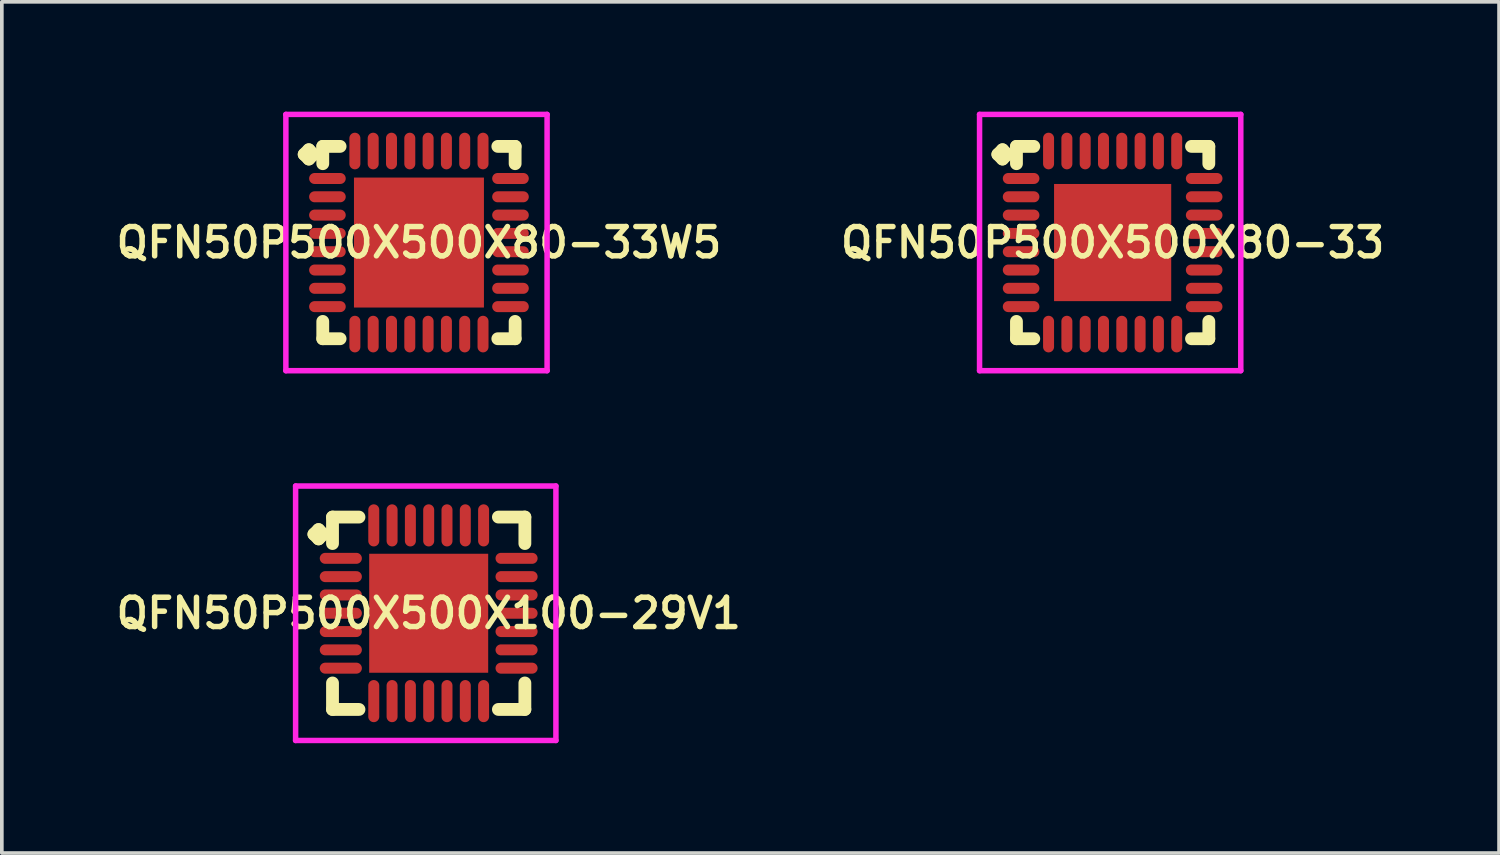
<source format=kicad_pcb>
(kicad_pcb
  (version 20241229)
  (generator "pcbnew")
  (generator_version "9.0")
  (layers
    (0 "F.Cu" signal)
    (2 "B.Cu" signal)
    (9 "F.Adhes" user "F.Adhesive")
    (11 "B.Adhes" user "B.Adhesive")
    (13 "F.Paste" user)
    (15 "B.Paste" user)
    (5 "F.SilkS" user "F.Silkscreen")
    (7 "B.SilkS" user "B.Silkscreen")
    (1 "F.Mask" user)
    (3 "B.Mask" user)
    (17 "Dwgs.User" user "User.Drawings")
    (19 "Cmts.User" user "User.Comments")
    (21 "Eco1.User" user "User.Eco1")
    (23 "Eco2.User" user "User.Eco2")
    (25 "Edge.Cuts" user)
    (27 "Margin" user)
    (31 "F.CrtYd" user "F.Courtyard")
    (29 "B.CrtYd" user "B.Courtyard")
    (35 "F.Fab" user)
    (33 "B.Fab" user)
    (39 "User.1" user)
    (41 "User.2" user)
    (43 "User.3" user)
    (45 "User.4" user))
  (footprint "QFN50P500X500X80-33W5"
    (layer "F.Cu")
    (at 8.393 3.575)
    (property "Reference" "QFN50P500X500X80-33W5" (at 0 0 0) (layer "F.SilkS") (effects (font (size 0.8 0.8) (thickness 0.15))))
    (attr smd)
    (fp_line (start -3.135 -2.408) (end -3.008 -2.535) (stroke (width 0.35) (type solid)) (layer "F.SilkS"))
    (fp_line (start -3.008 -2.535) (end -2.881 -2.408) (stroke (width 0.35) (type solid)) (layer "F.SilkS"))
    (fp_line (start -3.008 -2.281) (end -3.135 -2.408) (stroke (width 0.35) (type solid)) (layer "F.SilkS"))
    (fp_line (start -2.881 -2.408) (end -3.008 -2.281) (stroke (width 0.35) (type solid)) (layer "F.SilkS"))
    (fp_line (start -2.627 -2.627) (end -2.154 -2.627) (stroke (width 0.35) (type solid)) (layer "F.SilkS"))
    (fp_line (start -2.627 -2.154) (end -2.627 -2.627) (stroke (width 0.35) (type solid)) (layer "F.SilkS"))
    (fp_line (start -2.627 2.154) (end -2.627 2.627) (stroke (width 0.35) (type solid)) (layer "F.SilkS"))
    (fp_line (start -2.627 2.627) (end -2.154 2.627) (stroke (width 0.35) (type solid)) (layer "F.SilkS"))
    (fp_line (start 2.154 -2.627) (end 2.627 -2.627) (stroke (width 0.35) (type solid)) (layer "F.SilkS"))
    (fp_line (start 2.154 2.627) (end 2.627 2.627) (stroke (width 0.35) (type solid)) (layer "F.SilkS"))
    (fp_line (start 2.627 -2.627) (end 2.627 -2.154) (stroke (width 0.35) (type solid)) (layer "F.SilkS"))
    (fp_line (start 2.627 2.627) (end 2.627 2.154) (stroke (width 0.35) (type solid)) (layer "F.SilkS"))
    (fp_line (start -3.635 -3.5) (end 3.5 -3.5) (stroke (width 0.15) (type solid)) (layer "F.CrtYd"))
    (fp_line (start -3.635 3.5) (end -3.635 -3.5) (stroke (width 0.15) (type solid)) (layer "F.CrtYd"))
    (fp_line (start 3.5 -3.5) (end 3.5 3.5) (stroke (width 0.15) (type solid)) (layer "F.CrtYd"))
    (fp_line (start 3.5 3.5) (end -3.635 3.5) (stroke (width 0.15) (type solid)) (layer "F.CrtYd"))
    (pad "1" smd oval (at -2.5 -1.75) (size 1 0.3) (layers "F.Cu" "F.Mask" "F.Paste"))
    (pad "2" smd oval (at -2.5 -1.25) (size 1 0.3) (layers "F.Cu" "F.Mask" "F.Paste"))
    (pad "3" smd oval (at -2.5 -0.75) (size 1 0.3) (layers "F.Cu" "F.Mask" "F.Paste"))
    (pad "4" smd oval (at -2.5 -0.25) (size 1 0.3) (layers "F.Cu" "F.Mask" "F.Paste"))
    (pad "5" smd oval (at -2.5 0.25) (size 1 0.3) (layers "F.Cu" "F.Mask" "F.Paste"))
    (pad "6" smd oval (at -2.5 0.75) (size 1 0.3) (layers "F.Cu" "F.Mask" "F.Paste"))
    (pad "7" smd oval (at -2.5 1.25) (size 1 0.3) (layers "F.Cu" "F.Mask" "F.Paste"))
    (pad "8" smd oval (at -2.5 1.75) (size 1 0.3) (layers "F.Cu" "F.Mask" "F.Paste"))
    (pad "9" smd oval (at -1.75 2.5) (size 0.3 1) (layers "F.Cu" "F.Mask" "F.Paste"))
    (pad "10" smd oval (at -1.25 2.5) (size 0.3 1) (layers "F.Cu" "F.Mask" "F.Paste"))
    (pad "11" smd oval (at -0.75 2.5) (size 0.3 1) (layers "F.Cu" "F.Mask" "F.Paste"))
    (pad "12" smd oval (at -0.25 2.5) (size 0.3 1) (layers "F.Cu" "F.Mask" "F.Paste"))
    (pad "13" smd oval (at 0.25 2.5) (size 0.3 1) (layers "F.Cu" "F.Mask" "F.Paste"))
    (pad "14" smd oval (at 0.75 2.5) (size 0.3 1) (layers "F.Cu" "F.Mask" "F.Paste"))
    (pad "15" smd oval (at 1.25 2.5) (size 0.3 1) (layers "F.Cu" "F.Mask" "F.Paste"))
    (pad "16" smd oval (at 1.75 2.5) (size 0.3 1) (layers "F.Cu" "F.Mask" "F.Paste"))
    (pad "17" smd oval (at 2.5 1.75) (size 1 0.3) (layers "F.Cu" "F.Mask" "F.Paste"))
    (pad "18" smd oval (at 2.5 1.25) (size 1 0.3) (layers "F.Cu" "F.Mask" "F.Paste"))
    (pad "19" smd oval (at 2.5 0.75) (size 1 0.3) (layers "F.Cu" "F.Mask" "F.Paste"))
    (pad "20" smd oval (at 2.5 0.25) (size 1 0.3) (layers "F.Cu" "F.Mask" "F.Paste"))
    (pad "21" smd oval (at 2.5 -0.25) (size 1 0.3) (layers "F.Cu" "F.Mask" "F.Paste"))
    (pad "22" smd oval (at 2.5 -0.75) (size 1 0.3) (layers "F.Cu" "F.Mask" "F.Paste"))
    (pad "23" smd oval (at 2.5 -1.25) (size 1 0.3) (layers "F.Cu" "F.Mask" "F.Paste"))
    (pad "24" smd oval (at 2.5 -1.75) (size 1 0.3) (layers "F.Cu" "F.Mask" "F.Paste"))
    (pad "25" smd oval (at 1.75 -2.5) (size 0.3 1) (layers "F.Cu" "F.Mask" "F.Paste"))
    (pad "26" smd oval (at 1.25 -2.5) (size 0.3 1) (layers "F.Cu" "F.Mask" "F.Paste"))
    (pad "27" smd oval (at 0.75 -2.5) (size 0.3 1) (layers "F.Cu" "F.Mask" "F.Paste"))
    (pad "28" smd oval (at 0.25 -2.5) (size 0.3 1) (layers "F.Cu" "F.Mask" "F.Paste"))
    (pad "29" smd oval (at -0.25 -2.5) (size 0.3 1) (layers "F.Cu" "F.Mask" "F.Paste"))
    (pad "30" smd oval (at -0.75 -2.5) (size 0.3 1) (layers "F.Cu" "F.Mask" "F.Paste"))
    (pad "31" smd oval (at -1.25 -2.5) (size 0.3 1) (layers "F.Cu" "F.Mask" "F.Paste"))
    (pad "32" smd oval (at -1.75 -2.5) (size 0.3 1) (layers "F.Cu" "F.Mask" "F.Paste"))
    (pad "33" smd rect (at 0 0) (size 3.55 3.55) (layers "F.Cu" "F.Mask" "F.Paste")))
  (footprint "QFN50P500X500X80-33"
    (layer "F.Cu")
    (at 27.34 3.575)
    (property "Reference" "QFN50P500X500X80-33" (at 0 0 0) (layer "F.SilkS") (effects (font (size 0.8 0.8) (thickness 0.15))))
    (attr through_hole)
    (fp_line (start -3.135 -2.408) (end -3.008 -2.535) (stroke (width 0.35) (type solid)) (layer "F.SilkS"))
    (fp_line (start -3.008 -2.535) (end -2.881 -2.408) (stroke (width 0.35) (type solid)) (layer "F.SilkS"))
    (fp_line (start -3.008 -2.281) (end -3.135 -2.408) (stroke (width 0.35) (type solid)) (layer "F.SilkS"))
    (fp_line (start -2.881 -2.408) (end -3.008 -2.281) (stroke (width 0.35) (type solid)) (layer "F.SilkS"))
    (fp_line (start -2.627 -2.627) (end -2.154 -2.627) (stroke (width 0.35) (type solid)) (layer "F.SilkS"))
    (fp_line (start -2.627 -2.154) (end -2.627 -2.627) (stroke (width 0.35) (type solid)) (layer "F.SilkS"))
    (fp_line (start -2.627 2.154) (end -2.627 2.627) (stroke (width 0.35) (type solid)) (layer "F.SilkS"))
    (fp_line (start -2.627 2.627) (end -2.154 2.627) (stroke (width 0.35) (type solid)) (layer "F.SilkS"))
    (fp_line (start 2.154 -2.627) (end 2.627 -2.627) (stroke (width 0.35) (type solid)) (layer "F.SilkS"))
    (fp_line (start 2.154 2.627) (end 2.627 2.627) (stroke (width 0.35) (type solid)) (layer "F.SilkS"))
    (fp_line (start 2.627 -2.627) (end 2.627 -2.154) (stroke (width 0.35) (type solid)) (layer "F.SilkS"))
    (fp_line (start 2.627 2.627) (end 2.627 2.154) (stroke (width 0.35) (type solid)) (layer "F.SilkS"))
    (fp_line (start -3.635 -3.5) (end 3.5 -3.5) (stroke (width 0.15) (type solid)) (layer "F.CrtYd"))
    (fp_line (start -3.635 3.5) (end -3.635 -3.5) (stroke (width 0.15) (type solid)) (layer "F.CrtYd"))
    (fp_line (start 3.5 -3.5) (end 3.5 3.5) (stroke (width 0.15) (type solid)) (layer "F.CrtYd"))
    (fp_line (start 3.5 3.5) (end -3.635 3.5) (stroke (width 0.15) (type solid)) (layer "F.CrtYd"))
    (pad "1" smd oval (at -2.5 -1.75) (size 1 0.3) (layers "F.Cu" "F.Mask" "F.Paste"))
    (pad "2" smd oval (at -2.5 -1.25) (size 1 0.3) (layers "F.Cu" "F.Mask" "F.Paste"))
    (pad "3" smd oval (at -2.5 -0.75) (size 1 0.3) (layers "F.Cu" "F.Mask" "F.Paste"))
    (pad "4" smd oval (at -2.5 -0.25) (size 1 0.3) (layers "F.Cu" "F.Mask" "F.Paste"))
    (pad "5" smd oval (at -2.5 0.25) (size 1 0.3) (layers "F.Cu" "F.Mask" "F.Paste"))
    (pad "6" smd oval (at -2.5 0.75) (size 1 0.3) (layers "F.Cu" "F.Mask" "F.Paste"))
    (pad "7" smd oval (at -2.5 1.25) (size 1 0.3) (layers "F.Cu" "F.Mask" "F.Paste"))
    (pad "8" smd oval (at -2.5 1.75) (size 1 0.3) (layers "F.Cu" "F.Mask" "F.Paste"))
    (pad "9" smd oval (at -1.75 2.5) (size 0.3 1) (layers "F.Cu" "F.Mask" "F.Paste"))
    (pad "10" smd oval (at -1.25 2.5) (size 0.3 1) (layers "F.Cu" "F.Mask" "F.Paste"))
    (pad "11" smd oval (at -0.75 2.5) (size 0.3 1) (layers "F.Cu" "F.Mask" "F.Paste"))
    (pad "12" smd oval (at -0.25 2.5) (size 0.3 1) (layers "F.Cu" "F.Mask" "F.Paste"))
    (pad "13" smd oval (at 0.25 2.5) (size 0.3 1) (layers "F.Cu" "F.Mask" "F.Paste"))
    (pad "14" smd oval (at 0.75 2.5) (size 0.3 1) (layers "F.Cu" "F.Mask" "F.Paste"))
    (pad "15" smd oval (at 1.25 2.5) (size 0.3 1) (layers "F.Cu" "F.Mask" "F.Paste"))
    (pad "16" smd oval (at 1.75 2.5) (size 0.3 1) (layers "F.Cu" "F.Mask" "F.Paste"))
    (pad "17" smd oval (at 2.5 1.75) (size 1 0.3) (layers "F.Cu" "F.Mask" "F.Paste"))
    (pad "18" smd oval (at 2.5 1.25) (size 1 0.3) (layers "F.Cu" "F.Mask" "F.Paste"))
    (pad "19" smd oval (at 2.5 0.75) (size 1 0.3) (layers "F.Cu" "F.Mask" "F.Paste"))
    (pad "20" smd oval (at 2.5 0.25) (size 1 0.3) (layers "F.Cu" "F.Mask" "F.Paste"))
    (pad "21" smd oval (at 2.5 -0.25) (size 1 0.3) (layers "F.Cu" "F.Mask" "F.Paste"))
    (pad "22" smd oval (at 2.5 -0.75) (size 1 0.3) (layers "F.Cu" "F.Mask" "F.Paste"))
    (pad "23" smd oval (at 2.5 -1.25) (size 1 0.3) (layers "F.Cu" "F.Mask" "F.Paste"))
    (pad "24" smd oval (at 2.5 -1.75) (size 1 0.3) (layers "F.Cu" "F.Mask" "F.Paste"))
    (pad "25" smd oval (at 1.75 -2.5) (size 0.3 1) (layers "F.Cu" "F.Mask" "F.Paste"))
    (pad "26" smd oval (at 1.25 -2.5) (size 0.3 1) (layers "F.Cu" "F.Mask" "F.Paste"))
    (pad "27" smd oval (at 0.75 -2.5) (size 0.3 1) (layers "F.Cu" "F.Mask" "F.Paste"))
    (pad "28" smd oval (at 0.25 -2.5) (size 0.3 1) (layers "F.Cu" "F.Mask" "F.Paste"))
    (pad "29" smd oval (at -0.25 -2.5) (size 0.3 1) (layers "F.Cu" "F.Mask" "F.Paste"))
    (pad "30" smd oval (at -0.75 -2.5) (size 0.3 1) (layers "F.Cu" "F.Mask" "F.Paste"))
    (pad "31" smd oval (at -1.25 -2.5) (size 0.3 1) (layers "F.Cu" "F.Mask" "F.Paste"))
    (pad "32" smd oval (at -1.75 -2.5) (size 0.3 1) (layers "F.Cu" "F.Mask" "F.Paste"))
    (pad "33" smd rect (at 0 0) (size 3.2 3.2) (layers "F.Cu" "F.Mask" "F.Paste")))
  (footprint "QFN50P500X500X100-29V1"
    (layer "F.Cu")
    (at 8.659 13.7)
    (property "Reference" "QFN50P500X500X100-29V1" (at 0 0 0) (layer "F.SilkS") (effects (font (size 0.8 0.8) (thickness 0.15))))
    (attr smd)
    (fp_line (start -3.135 -2.158) (end -3.008 -2.285) (stroke (width 0.35) (type solid)) (layer "F.SilkS"))
    (fp_line (start -3.008 -2.285) (end -2.881 -2.158) (stroke (width 0.35) (type solid)) (layer "F.SilkS"))
    (fp_line (start -3.008 -2.031) (end -3.135 -2.158) (stroke (width 0.35) (type solid)) (layer "F.SilkS"))
    (fp_line (start -2.881 -2.158) (end -3.008 -2.031) (stroke (width 0.35) (type solid)) (layer "F.SilkS"))
    (fp_line (start -2.627 -2.627) (end -1.904 -2.627) (stroke (width 0.35) (type solid)) (layer "F.SilkS"))
    (fp_line (start -2.627 -1.904) (end -2.627 -2.627) (stroke (width 0.35) (type solid)) (layer "F.SilkS"))
    (fp_line (start -2.627 1.904) (end -2.627 2.627) (stroke (width 0.35) (type solid)) (layer "F.SilkS"))
    (fp_line (start -2.627 2.627) (end -1.904 2.627) (stroke (width 0.35) (type solid)) (layer "F.SilkS"))
    (fp_line (start 1.904 -2.627) (end 2.627 -2.627) (stroke (width 0.35) (type solid)) (layer "F.SilkS"))
    (fp_line (start 1.904 2.627) (end 2.627 2.627) (stroke (width 0.35) (type solid)) (layer "F.SilkS"))
    (fp_line (start 2.627 -2.627) (end 2.627 -1.904) (stroke (width 0.35) (type solid)) (layer "F.SilkS"))
    (fp_line (start 2.627 2.627) (end 2.627 1.904) (stroke (width 0.35) (type solid)) (layer "F.SilkS"))
    (fp_line (start -3.635 -3.475) (end 3.475 -3.475) (stroke (width 0.15) (type solid)) (layer "F.CrtYd"))
    (fp_line (start -3.635 3.475) (end -3.635 -3.475) (stroke (width 0.15) (type solid)) (layer "F.CrtYd"))
    (fp_line (start 3.475 -3.475) (end 3.475 3.475) (stroke (width 0.15) (type solid)) (layer "F.CrtYd"))
    (fp_line (start 3.475 3.475) (end -3.635 3.475) (stroke (width 0.15) (type solid)) (layer "F.CrtYd"))
    (pad "1" smd oval (at -2.4 -1.5) (size 1.15 0.3) (layers "F.Cu" "F.Mask" "F.Paste"))
    (pad "2" smd oval (at -2.4 -1) (size 1.15 0.3) (layers "F.Cu" "F.Mask" "F.Paste"))
    (pad "3" smd oval (at -2.4 -0.5) (size 1.15 0.3) (layers "F.Cu" "F.Mask" "F.Paste"))
    (pad "4" smd oval (at -2.4 0) (size 1.15 0.3) (layers "F.Cu" "F.Mask" "F.Paste"))
    (pad "5" smd oval (at -2.4 0.5) (size 1.15 0.3) (layers "F.Cu" "F.Mask" "F.Paste"))
    (pad "6" smd oval (at -2.4 1) (size 1.15 0.3) (layers "F.Cu" "F.Mask" "F.Paste"))
    (pad "7" smd oval (at -2.4 1.5) (size 1.15 0.3) (layers "F.Cu" "F.Mask" "F.Paste"))
    (pad "8" smd oval (at -1.5 2.4) (size 0.3 1.15) (layers "F.Cu" "F.Mask" "F.Paste"))
    (pad "9" smd oval (at -1 2.4) (size 0.3 1.15) (layers "F.Cu" "F.Mask" "F.Paste"))
    (pad "10" smd oval (at -0.5 2.4) (size 0.3 1.15) (layers "F.Cu" "F.Mask" "F.Paste"))
    (pad "11" smd oval (at 0 2.4) (size 0.3 1.15) (layers "F.Cu" "F.Mask" "F.Paste"))
    (pad "12" smd oval (at 0.5 2.4) (size 0.3 1.15) (layers "F.Cu" "F.Mask" "F.Paste"))
    (pad "13" smd oval (at 1 2.4) (size 0.3 1.15) (layers "F.Cu" "F.Mask" "F.Paste"))
    (pad "14" smd oval (at 1.5 2.4) (size 0.3 1.15) (layers "F.Cu" "F.Mask" "F.Paste"))
    (pad "15" smd oval (at 2.4 1.5) (size 1.15 0.3) (layers "F.Cu" "F.Mask" "F.Paste"))
    (pad "16" smd oval (at 2.4 1) (size 1.15 0.3) (layers "F.Cu" "F.Mask" "F.Paste"))
    (pad "17" smd oval (at 2.4 0.5) (size 1.15 0.3) (layers "F.Cu" "F.Mask" "F.Paste"))
    (pad "18" smd oval (at 2.4 0) (size 1.15 0.3) (layers "F.Cu" "F.Mask" "F.Paste"))
    (pad "19" smd oval (at 2.4 -0.5) (size 1.15 0.3) (layers "F.Cu" "F.Mask" "F.Paste"))
    (pad "20" smd oval (at 2.4 -1) (size 1.15 0.3) (layers "F.Cu" "F.Mask" "F.Paste"))
    (pad "21" smd oval (at 2.4 -1.5) (size 1.15 0.3) (layers "F.Cu" "F.Mask" "F.Paste"))
    (pad "22" smd oval (at 1.5 -2.4) (size 0.3 1.15) (layers "F.Cu" "F.Mask" "F.Paste"))
    (pad "23" smd oval (at 1 -2.4) (size 0.3 1.15) (layers "F.Cu" "F.Mask" "F.Paste"))
    (pad "24" smd oval (at 0.5 -2.4) (size 0.3 1.15) (layers "F.Cu" "F.Mask" "F.Paste"))
    (pad "25" smd oval (at 0 -2.4) (size 0.3 1.15) (layers "F.Cu" "F.Mask" "F.Paste"))
    (pad "26" smd oval (at -0.5 -2.4) (size 0.3 1.15) (layers "F.Cu" "F.Mask" "F.Paste"))
    (pad "27" smd oval (at -1 -2.4) (size 0.3 1.15) (layers "F.Cu" "F.Mask" "F.Paste"))
    (pad "28" smd oval (at -1.5 -2.4) (size 0.3 1.15) (layers "F.Cu" "F.Mask" "F.Paste"))
    (pad "29" smd rect (at 0 0) (size 3.25 3.25) (layers "F.Cu" "F.Mask" "F.Paste")))
  (gr_rect
    (start -3 -3)
    (end 37.894 20.25)
    (stroke (width 0.1) (type default))
    (fill no)
    (layer "Edge.Cuts")))
</source>
